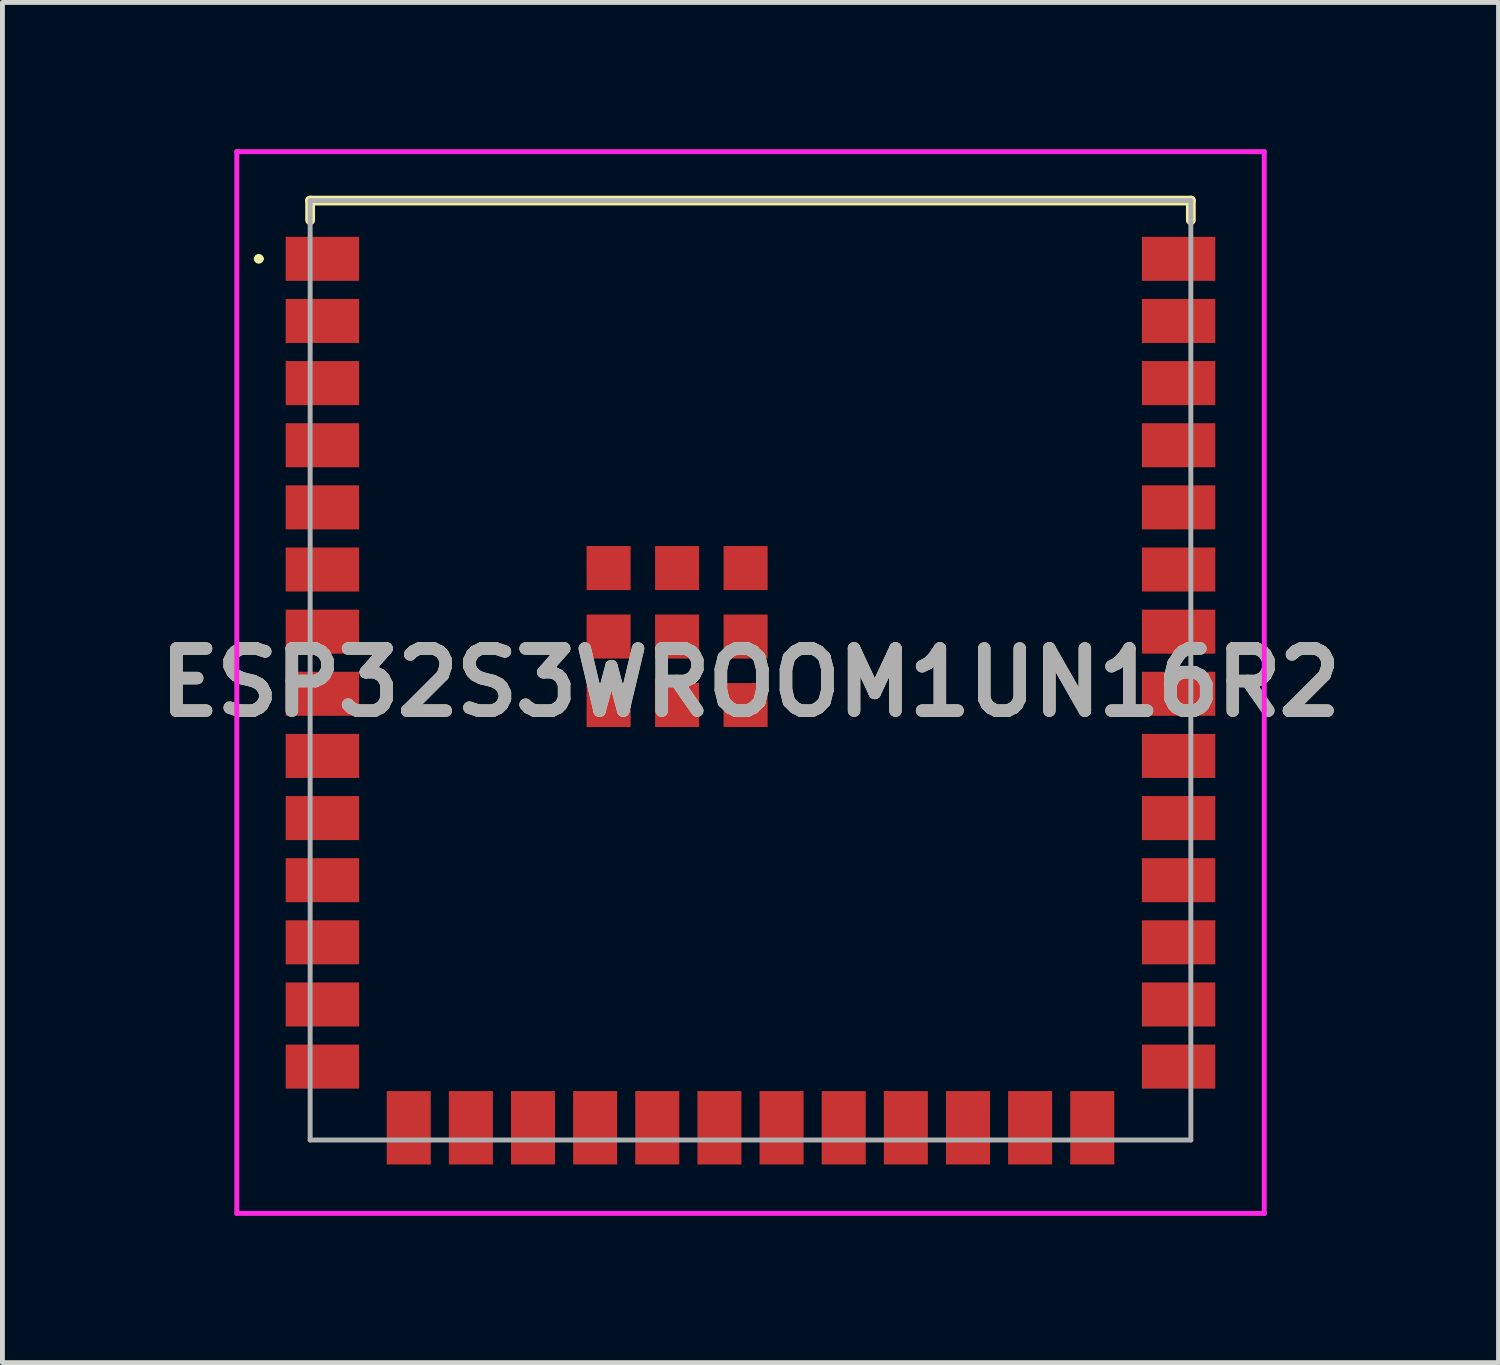
<source format=kicad_pcb>
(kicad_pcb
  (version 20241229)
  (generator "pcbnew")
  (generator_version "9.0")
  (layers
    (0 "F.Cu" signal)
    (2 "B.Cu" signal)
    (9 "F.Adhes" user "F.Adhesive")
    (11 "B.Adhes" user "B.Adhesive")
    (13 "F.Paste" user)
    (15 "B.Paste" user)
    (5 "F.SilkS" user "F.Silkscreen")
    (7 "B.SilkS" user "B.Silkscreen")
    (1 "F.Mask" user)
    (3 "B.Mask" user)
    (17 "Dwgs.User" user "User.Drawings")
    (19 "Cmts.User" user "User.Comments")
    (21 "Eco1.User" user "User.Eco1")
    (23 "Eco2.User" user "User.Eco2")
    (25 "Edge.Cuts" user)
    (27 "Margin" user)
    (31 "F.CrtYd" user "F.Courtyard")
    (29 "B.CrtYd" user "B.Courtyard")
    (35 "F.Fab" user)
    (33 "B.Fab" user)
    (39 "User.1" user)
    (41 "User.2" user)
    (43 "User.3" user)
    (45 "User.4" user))
  (footprint "ESP32S3WROOM1UN16R2"
    (layer "F.Cu")
    (at 12.289 10.65)
    (property "Reference" "ESP32S3WROOM1UN16R2" (at 0 0.25 0) (layer "F.SilkS") (effects (font (size 1.27 1.27) (thickness 0.254))))
    (attr smd)
    (fp_line (start -10.1 -8.41) (end -10.1 -8.41) (stroke (width 0.1) (type solid)) (layer "F.SilkS"))
    (fp_line (start -10 -8.41) (end -10 -8.41) (stroke (width 0.1) (type solid)) (layer "F.SilkS"))
    (fp_line (start -9 -9.6) (end 9 -9.6) (stroke (width 0.2) (type solid)) (layer "F.SilkS"))
    (fp_line (start -9 -9.2) (end -9 -9.6) (stroke (width 0.2) (type solid)) (layer "F.SilkS"))
    (fp_line (start 9 -9.6) (end 9 -9.2) (stroke (width 0.2) (type solid)) (layer "F.SilkS"))
    (fp_arc (start -10.1 -8.41) (mid -10.05 -8.46) (end -10 -8.41) (stroke (width 0.1) (type solid)) (layer "F.SilkS"))
    (fp_arc (start -10 -8.41) (mid -10.05 -8.36) (end -10.1 -8.41) (stroke (width 0.1) (type solid)) (layer "F.SilkS"))
    (fp_line (start -10.5 -10.6) (end 10.5 -10.6) (stroke (width 0.1) (type solid)) (layer "F.CrtYd"))
    (fp_line (start -10.5 11.1) (end -10.5 -10.6) (stroke (width 0.1) (type solid)) (layer "F.CrtYd"))
    (fp_line (start 10.5 -10.6) (end 10.5 11.1) (stroke (width 0.1) (type solid)) (layer "F.CrtYd"))
    (fp_line (start 10.5 11.1) (end -10.5 11.1) (stroke (width 0.1) (type solid)) (layer "F.CrtYd"))
    (fp_line (start -9 -9.6) (end 9 -9.6) (stroke (width 0.1) (type solid)) (layer "F.Fab"))
    (fp_line (start -9 9.6) (end -9 -9.6) (stroke (width 0.1) (type solid)) (layer "F.Fab"))
    (fp_line (start 9 -9.6) (end 9 9.6) (stroke (width 0.1) (type solid)) (layer "F.Fab"))
    (fp_line (start 9 9.6) (end -9 9.6) (stroke (width 0.1) (type solid)) (layer "F.Fab"))
    (fp_text user "${REFERENCE}" (at 0 0.25 0) (layer "F.Fab") (effects (font (size 1.27 1.27) (thickness 0.254))))
    (pad "1" smd rect (at -8.75 -8.41 90) (size 0.9 1.5) (layers "F.Cu" "F.Mask" "F.Paste"))
    (pad "2" smd rect (at -8.75 -7.14 90) (size 0.9 1.5) (layers "F.Cu" "F.Mask" "F.Paste"))
    (pad "3" smd rect (at -8.75 -5.87 90) (size 0.9 1.5) (layers "F.Cu" "F.Mask" "F.Paste"))
    (pad "4" smd rect (at -8.75 -4.6 90) (size 0.9 1.5) (layers "F.Cu" "F.Mask" "F.Paste"))
    (pad "5" smd rect (at -8.75 -3.33 90) (size 0.9 1.5) (layers "F.Cu" "F.Mask" "F.Paste"))
    (pad "6" smd rect (at -8.75 -2.06 90) (size 0.9 1.5) (layers "F.Cu" "F.Mask" "F.Paste"))
    (pad "7" smd rect (at -8.75 -0.79 90) (size 0.9 1.5) (layers "F.Cu" "F.Mask" "F.Paste"))
    (pad "8" smd rect (at -8.75 0.48 90) (size 0.9 1.5) (layers "F.Cu" "F.Mask" "F.Paste"))
    (pad "9" smd rect (at -8.75 1.75 90) (size 0.9 1.5) (layers "F.Cu" "F.Mask" "F.Paste"))
    (pad "10" smd rect (at -8.75 3.02 90) (size 0.9 1.5) (layers "F.Cu" "F.Mask" "F.Paste"))
    (pad "11" smd rect (at -8.75 4.29 90) (size 0.9 1.5) (layers "F.Cu" "F.Mask" "F.Paste"))
    (pad "12" smd rect (at -8.75 5.56 90) (size 0.9 1.5) (layers "F.Cu" "F.Mask" "F.Paste"))
    (pad "13" smd rect (at -8.75 6.83 90) (size 0.9 1.5) (layers "F.Cu" "F.Mask" "F.Paste"))
    (pad "14" smd rect (at -8.75 8.1 90) (size 0.9 1.5) (layers "F.Cu" "F.Mask" "F.Paste"))
    (pad "15" smd rect (at -6.985 9.35) (size 0.9 1.5) (layers "F.Cu" "F.Mask" "F.Paste"))
    (pad "16" smd rect (at -5.715 9.35) (size 0.9 1.5) (layers "F.Cu" "F.Mask" "F.Paste"))
    (pad "17" smd rect (at -4.445 9.35) (size 0.9 1.5) (layers "F.Cu" "F.Mask" "F.Paste"))
    (pad "18" smd rect (at -3.175 9.35) (size 0.9 1.5) (layers "F.Cu" "F.Mask" "F.Paste"))
    (pad "19" smd rect (at -1.905 9.35) (size 0.9 1.5) (layers "F.Cu" "F.Mask" "F.Paste"))
    (pad "20" smd rect (at -0.635 9.35) (size 0.9 1.5) (layers "F.Cu" "F.Mask" "F.Paste"))
    (pad "21" smd rect (at 0.635 9.35) (size 0.9 1.5) (layers "F.Cu" "F.Mask" "F.Paste"))
    (pad "22" smd rect (at 1.905 9.35) (size 0.9 1.5) (layers "F.Cu" "F.Mask" "F.Paste"))
    (pad "23" smd rect (at 3.175 9.35) (size 0.9 1.5) (layers "F.Cu" "F.Mask" "F.Paste"))
    (pad "24" smd rect (at 4.445 9.35) (size 0.9 1.5) (layers "F.Cu" "F.Mask" "F.Paste"))
    (pad "25" smd rect (at 5.715 9.35) (size 0.9 1.5) (layers "F.Cu" "F.Mask" "F.Paste"))
    (pad "26" smd rect (at 6.985 9.35) (size 0.9 1.5) (layers "F.Cu" "F.Mask" "F.Paste"))
    (pad "27" smd rect (at 8.75 8.1 90) (size 0.9 1.5) (layers "F.Cu" "F.Mask" "F.Paste"))
    (pad "28" smd rect (at 8.75 6.83 90) (size 0.9 1.5) (layers "F.Cu" "F.Mask" "F.Paste"))
    (pad "29" smd rect (at 8.75 5.56 90) (size 0.9 1.5) (layers "F.Cu" "F.Mask" "F.Paste"))
    (pad "30" smd rect (at 8.75 4.29 90) (size 0.9 1.5) (layers "F.Cu" "F.Mask" "F.Paste"))
    (pad "31" smd rect (at 8.75 3.02 90) (size 0.9 1.5) (layers "F.Cu" "F.Mask" "F.Paste"))
    (pad "32" smd rect (at 8.75 1.75 90) (size 0.9 1.5) (layers "F.Cu" "F.Mask" "F.Paste"))
    (pad "33" smd rect (at 8.75 0.48 90) (size 0.9 1.5) (layers "F.Cu" "F.Mask" "F.Paste"))
    (pad "34" smd rect (at 8.75 -0.79 90) (size 0.9 1.5) (layers "F.Cu" "F.Mask" "F.Paste"))
    (pad "35" smd rect (at 8.75 -2.06 90) (size 0.9 1.5) (layers "F.Cu" "F.Mask" "F.Paste"))
    (pad "36" smd rect (at 8.75 -3.33 90) (size 0.9 1.5) (layers "F.Cu" "F.Mask" "F.Paste"))
    (pad "37" smd rect (at 8.75 -4.6 90) (size 0.9 1.5) (layers "F.Cu" "F.Mask" "F.Paste"))
    (pad "38" smd rect (at 8.75 -5.87 90) (size 0.9 1.5) (layers "F.Cu" "F.Mask" "F.Paste"))
    (pad "39" smd rect (at 8.75 -7.14 90) (size 0.9 1.5) (layers "F.Cu" "F.Mask" "F.Paste"))
    (pad "40" smd rect (at 8.75 -8.41 90) (size 0.9 1.5) (layers "F.Cu" "F.Mask" "F.Paste"))
    (pad "41" smd rect (at -1.5 -0.69 90) (size 0.9 0.9) (layers "F.Cu" "F.Mask" "F.Paste"))
    (pad "42" smd rect (at -1.5 0.71 90) (size 0.9 0.9) (layers "F.Cu" "F.Mask" "F.Paste"))
    (pad "43" smd rect (at -0.1 0.71 90) (size 0.9 0.9) (layers "F.Cu" "F.Mask" "F.Paste"))
    (pad "44" smd rect (at -0.1 -0.69 90) (size 0.9 0.9) (layers "F.Cu" "F.Mask" "F.Paste"))
    (pad "45" smd rect (at -0.1 -2.09 90) (size 0.9 0.9) (layers "F.Cu" "F.Mask" "F.Paste"))
    (pad "46" smd rect (at -1.5 -2.09 90) (size 0.9 0.9) (layers "F.Cu" "F.Mask" "F.Paste"))
    (pad "47" smd rect (at -2.9 -2.09 90) (size 0.9 0.9) (layers "F.Cu" "F.Mask" "F.Paste"))
    (pad "48" smd rect (at -2.9 -0.69 90) (size 0.9 0.9) (layers "F.Cu" "F.Mask" "F.Paste"))
    (pad "49" smd rect (at -2.9 0.71 90) (size 0.9 0.9) (layers "F.Cu" "F.Mask" "F.Paste")))
  (gr_rect
    (start -3 -3)
    (end 27.578 24.8)
    (stroke (width 0.1) (type default))
    (fill no)
    (layer "Edge.Cuts")))
</source>
